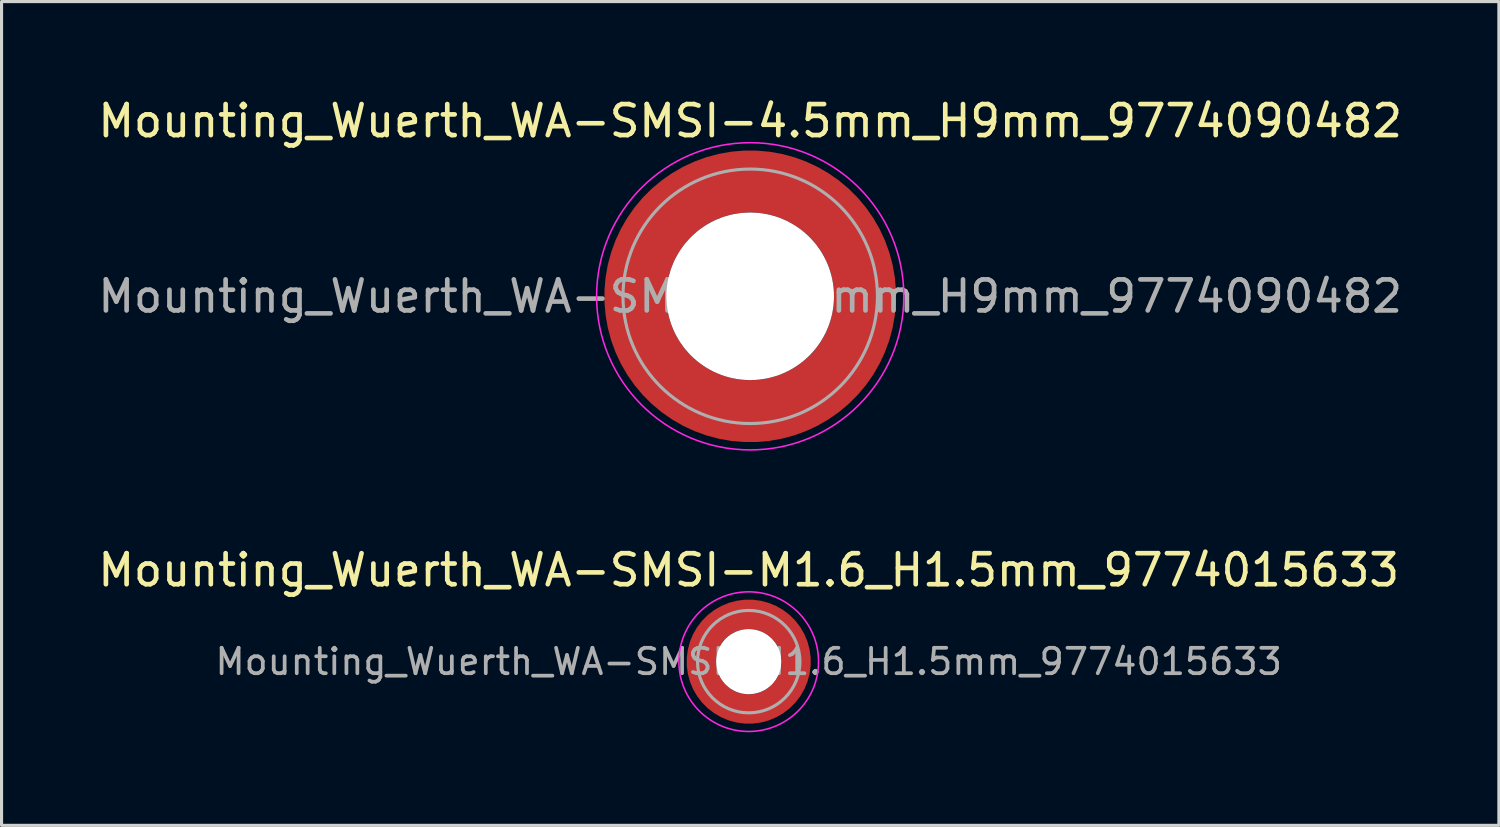
<source format=kicad_pcb>
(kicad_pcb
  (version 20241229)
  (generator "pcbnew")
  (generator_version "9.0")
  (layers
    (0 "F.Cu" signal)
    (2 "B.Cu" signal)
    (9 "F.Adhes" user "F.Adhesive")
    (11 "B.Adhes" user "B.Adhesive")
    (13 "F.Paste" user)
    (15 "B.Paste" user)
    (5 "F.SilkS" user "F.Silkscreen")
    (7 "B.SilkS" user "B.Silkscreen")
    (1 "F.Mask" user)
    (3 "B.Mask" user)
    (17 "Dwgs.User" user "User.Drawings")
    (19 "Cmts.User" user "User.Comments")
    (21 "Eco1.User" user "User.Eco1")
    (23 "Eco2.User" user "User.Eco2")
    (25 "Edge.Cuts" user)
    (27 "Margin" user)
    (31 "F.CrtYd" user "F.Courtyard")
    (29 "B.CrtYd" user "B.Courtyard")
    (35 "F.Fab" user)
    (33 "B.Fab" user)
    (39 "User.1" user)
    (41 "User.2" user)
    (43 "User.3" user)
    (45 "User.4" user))
  (footprint "Mounting_Wuerth_WA-SMSI-4.5mm_H9mm_9774090482"
    (layer "F.Cu")
    (at 21.125 6.498)
    (property "Reference" "Mounting_Wuerth_WA-SMSI-4.5mm_H9mm_9774090482" (at 0 -5.65 0) (layer "F.SilkS") (effects (font (size 1 1) (thickness 0.15))))
    (attr smd)
    (fp_circle (center 0 0) (end 4.95 0) (stroke (width 0.05) (type solid)) (fill no) (layer "F.CrtYd"))
    (fp_circle (center 0 0) (end 4.1 0) (stroke (width 0.1) (type solid)) (fill no) (layer "F.Fab"))
    (fp_text user "${REFERENCE}" (at 0 0 0) (layer "F.Fab") (effects (font (size 1 1) (thickness 0.15))))
    (pad "" smd custom (at -2.607 -2.607) (size 1.495 1.495) (layers "F.Paste") (options (anchor circle)) (primitives (gr_arc (start -0.188183 2.107456) (mid 0.598928 0.599619) (end 2.106494 -0.188011) (width 0.2)) (gr_arc (start -0.289416 2.107456) (mid 0.528508 0.529033) (end 2.106724 -0.28929) (width 0.2)) (gr_arc (start -0.390547 2.107456) (mid 0.457087 0.459449) (end 2.104161 -0.389996) (width 0.2)) (gr_arc (start -0.491585 2.107456) (mid 0.386415 0.389116) (end 2.103685 -0.490974) (width 0.2)) (gr_arc (start -0.59254 2.107456) (mid 0.31649 0.318035) (end 2.105297 -0.592202) (width 0.2)) (gr_arc (start -0.693419 2.107456) (mid 0.245252 0.248268) (end 2.103239 -0.692777) (width 0.2)) (gr_arc (start -0.794229 2.107456) (mid 0.174636 0.177878) (end 2.102921 -0.793559) (width 0.2)) (gr_arc (start -0.894975 2.107456) (mid 0.104643 0.106866) (end 2.104343 -0.894529) (width 0.2)) (gr_arc (start -0.995664 2.107456) (mid 0.033026 0.037479) (end 2.101219 -0.994793) (width 0.2)) (gr_arc (start -1.0963 2.107456) (mid -0.035789 -0.034714) (end 2.105949 -1.096096) (width 0.2)) (gr_arc (start -1.196886 2.107456) (mid -0.106351 -0.105157) (end 2.105783 -1.196666) (width 0.2)) (gr_arc (start -1.297427 2.107456) (mid -0.176416 -0.176097) (end 2.107009 -1.29737) (width 0.2)) (gr_arc (start -1.397927 2.107456) (mid -0.248476 -0.245042) (end 2.102638 -1.397323) (width 0.2)) (gr_arc (start -1.498388 2.107456) (mid -0.317612 -0.316913) (end 2.106475 -1.498268) (width 0.2)) (gr_arc (start -1.598813 2.107456) (mid -0.388865 -0.386665) (end 2.104366 -1.598444) (width 0.2)) (gr_arc (start -1.699204 2.107456) (mid -0.459747 -0.456787) (end 2.103299 -1.698719) (width 0.2)) (gr_arc (start -1.799565 2.107456) (mid -0.530257 -0.527283) (end 2.103277 -1.799089) (width 0.2)) (gr_arc (start -1.899896 2.107456) (mid -0.600396 -0.59815) (end 2.104299 -1.899545) (width 0.2)) (gr_arc (start -1.899896 2.107456) (mid -0.600396 -0.59815) (end 2.104299 -1.899545) (width 0.2)) (gr_line (start 2.107 -0.188) (end 2.107 -1.9) (width 0.2)) (gr_line (start -0.188 2.107) (end -1.9 2.107) (width 0.2))))
    (pad "" smd custom (at -2.607 2.607) (size 1.495 1.495) (layers "F.Paste") (options (anchor circle)) (primitives (gr_arc (start 2.107456 0.188183) (mid 0.599619 -0.598928) (end -0.188011 -2.106494) (width 0.2)) (gr_arc (start 2.107456 0.289416) (mid 0.529033 -0.528508) (end -0.28929 -2.106724) (width 0.2)) (gr_arc (start 2.107456 0.390547) (mid 0.459449 -0.457087) (end -0.389996 -2.104161) (width 0.2)) (gr_arc (start 2.107456 0.491585) (mid 0.389116 -0.386415) (end -0.490974 -2.103685) (width 0.2)) (gr_arc (start 2.107456 0.59254) (mid 0.318035 -0.31649) (end -0.592202 -2.105297) (width 0.2)) (gr_arc (start 2.107456 0.693419) (mid 0.248268 -0.245252) (end -0.692777 -2.103239) (width 0.2)) (gr_arc (start 2.107456 0.794229) (mid 0.177878 -0.174636) (end -0.793559 -2.102921) (width 0.2)) (gr_arc (start 2.107456 0.894975) (mid 0.106866 -0.104643) (end -0.894529 -2.104343) (width 0.2)) (gr_arc (start 2.107456 0.995664) (mid 0.037479 -0.033026) (end -0.994793 -2.101219) (width 0.2)) (gr_arc (start 2.107456 1.0963) (mid -0.034714 0.035789) (end -1.096096 -2.105949) (width 0.2)) (gr_arc (start 2.107456 1.196886) (mid -0.105157 0.106351) (end -1.196666 -2.105783) (width 0.2)) (gr_arc (start 2.107456 1.297427) (mid -0.176097 0.176416) (end -1.29737 -2.107009) (width 0.2)) (gr_arc (start 2.107456 1.397927) (mid -0.245042 0.248476) (end -1.397323 -2.102638) (width 0.2)) (gr_arc (start 2.107456 1.498388) (mid -0.316913 0.317612) (end -1.498268 -2.106475) (width 0.2)) (gr_arc (start 2.107456 1.598813) (mid -0.386665 0.388865) (end -1.598444 -2.104366) (width 0.2)) (gr_arc (start 2.107456 1.699204) (mid -0.456787 0.459747) (end -1.698719 -2.103299) (width 0.2)) (gr_arc (start 2.107456 1.799565) (mid -0.527283 0.530257) (end -1.799089 -2.103277) (width 0.2)) (gr_arc (start 2.107456 1.899896) (mid -0.59815 0.600396) (end -1.899545 -2.104299) (width 0.2)) (gr_arc (start 2.107456 1.899896) (mid -0.59815 0.600396) (end -1.899545 -2.104299) (width 0.2)) (gr_line (start -0.188 -2.107) (end -1.9 -2.107) (width 0.2)) (gr_line (start 2.107 0.188) (end 2.107 1.9) (width 0.2))))
    (pad "" np_thru_hole circle (at 0 0) (size 5.4 5.4) (drill 5.4) (layers "*.Cu" "*.Mask"))
    (pad "" smd custom (at 2.607 -2.607) (size 1.495 1.495) (layers "F.Paste") (options (anchor circle)) (primitives (gr_arc (start -2.107456 -0.188183) (mid -0.599619 0.598928) (end 0.188011 2.106494) (width 0.2)) (gr_arc (start -2.107456 -0.289416) (mid -0.529033 0.528508) (end 0.28929 2.106724) (width 0.2)) (gr_arc (start -2.107456 -0.390547) (mid -0.459449 0.457087) (end 0.389996 2.104161) (width 0.2)) (gr_arc (start -2.107456 -0.491585) (mid -0.389116 0.386415) (end 0.490974 2.103685) (width 0.2)) (gr_arc (start -2.107456 -0.59254) (mid -0.318035 0.31649) (end 0.592202 2.105297) (width 0.2)) (gr_arc (start -2.107456 -0.693419) (mid -0.248268 0.245252) (end 0.692777 2.103239) (width 0.2)) (gr_arc (start -2.107456 -0.794229) (mid -0.177878 0.174636) (end 0.793559 2.102921) (width 0.2)) (gr_arc (start -2.107456 -0.894975) (mid -0.106866 0.104643) (end 0.894529 2.104343) (width 0.2)) (gr_arc (start -2.107456 -0.995664) (mid -0.037479 0.033026) (end 0.994793 2.101219) (width 0.2)) (gr_arc (start -2.107456 -1.0963) (mid 0.034714 -0.035789) (end 1.096096 2.105949) (width 0.2)) (gr_arc (start -2.107456 -1.196886) (mid 0.105157 -0.106351) (end 1.196666 2.105783) (width 0.2)) (gr_arc (start -2.107456 -1.297427) (mid 0.176097 -0.176416) (end 1.29737 2.107009) (width 0.2)) (gr_arc (start -2.107456 -1.397927) (mid 0.245042 -0.248476) (end 1.397323 2.102638) (width 0.2)) (gr_arc (start -2.107456 -1.498388) (mid 0.316913 -0.317612) (end 1.498268 2.106475) (width 0.2)) (gr_arc (start -2.107456 -1.598813) (mid 0.386665 -0.388865) (end 1.598444 2.104366) (width 0.2)) (gr_arc (start -2.107456 -1.699204) (mid 0.456787 -0.459747) (end 1.698719 2.103299) (width 0.2)) (gr_arc (start -2.107456 -1.799565) (mid 0.527283 -0.530257) (end 1.799089 2.103277) (width 0.2)) (gr_arc (start -2.107456 -1.899896) (mid 0.59815 -0.600396) (end 1.899545 2.104299) (width 0.2)) (gr_arc (start -2.107456 -1.899896) (mid 0.59815 -0.600396) (end 1.899545 2.104299) (width 0.2)) (gr_line (start 0.188 2.107) (end 1.9 2.107) (width 0.2)) (gr_line (start -2.107 -0.188) (end -2.107 -1.9) (width 0.2))))
    (pad "" smd custom (at 2.607 2.607) (size 1.495 1.495) (layers "F.Paste") (options (anchor circle)) (primitives (gr_arc (start 0.188183 -2.107456) (mid -0.598928 -0.599619) (end -2.106494 0.188011) (width 0.2)) (gr_arc (start 0.289416 -2.107456) (mid -0.528508 -0.529033) (end -2.106724 0.28929) (width 0.2)) (gr_arc (start 0.390547 -2.107456) (mid -0.457087 -0.459449) (end -2.104161 0.389996) (width 0.2)) (gr_arc (start 0.491585 -2.107456) (mid -0.386415 -0.389116) (end -2.103685 0.490974) (width 0.2)) (gr_arc (start 0.59254 -2.107456) (mid -0.31649 -0.318035) (end -2.105297 0.592202) (width 0.2)) (gr_arc (start 0.693419 -2.107456) (mid -0.245252 -0.248268) (end -2.103239 0.692777) (width 0.2)) (gr_arc (start 0.794229 -2.107456) (mid -0.174636 -0.177878) (end -2.102921 0.793559) (width 0.2)) (gr_arc (start 0.894975 -2.107456) (mid -0.104643 -0.106866) (end -2.104343 0.894529) (width 0.2)) (gr_arc (start 0.995664 -2.107456) (mid -0.033026 -0.037479) (end -2.101219 0.994793) (width 0.2)) (gr_arc (start 1.0963 -2.107456) (mid 0.035789 0.034714) (end -2.105949 1.096096) (width 0.2)) (gr_arc (start 1.196886 -2.107456) (mid 0.106351 0.105157) (end -2.105783 1.196666) (width 0.2)) (gr_arc (start 1.297427 -2.107456) (mid 0.176416 0.176097) (end -2.107009 1.29737) (width 0.2)) (gr_arc (start 1.397927 -2.107456) (mid 0.248476 0.245042) (end -2.102638 1.397323) (width 0.2)) (gr_arc (start 1.498388 -2.107456) (mid 0.317612 0.316913) (end -2.106475 1.498268) (width 0.2)) (gr_arc (start 1.598813 -2.107456) (mid 0.388865 0.386665) (end -2.104366 1.598444) (width 0.2)) (gr_arc (start 1.699204 -2.107456) (mid 0.459747 0.456787) (end -2.103299 1.698719) (width 0.2)) (gr_arc (start 1.799565 -2.107456) (mid 0.530257 0.527283) (end -2.103277 1.799089) (width 0.2)) (gr_arc (start 1.899896 -2.107456) (mid 0.600396 0.59815) (end -2.104299 1.899545) (width 0.2)) (gr_arc (start 1.899896 -2.107456) (mid 0.600396 0.59815) (end -2.104299 1.899545) (width 0.2)) (gr_line (start -2.107 0.188) (end -2.107 1.9) (width 0.2)) (gr_line (start 0.188 -2.107) (end 1.9 -2.107) (width 0.2))))
    (pad "1" smd circle (at -3.7 0) (size 1.6 1.6) (layers "F.Cu"))
    (pad "1" smd circle (at 0 -3.7) (size 1.6 1.6) (layers "F.Cu"))
    (pad "1" smd circle (at 0 3.7) (size 1.6 1.6) (layers "F.Cu"))
    (pad "1" smd custom (at 3.7 0) (size 1.6 1.6) (layers "F.Cu" "F.Mask") (options (anchor circle)) (primitives (gr_circle (center -3.7 0) (end 0 0) (width 2) (fill no)))))
  (footprint "Mounting_Wuerth_WA-SMSI-M1.6_H1.5mm_9774015633"
    (layer "F.Cu")
    (at 21.077 18.271)
    (property "Reference" "Mounting_Wuerth_WA-SMSI-M1.6_H1.5mm_9774015633" (at 0 -2.95 0) (layer "F.SilkS") (effects (font (size 1 1) (thickness 0.15))))
    (attr smd)
    (fp_circle (center 0 0) (end 2.25 0) (stroke (width 0.05) (type solid)) (fill no) (layer "F.CrtYd"))
    (fp_circle (center 0 0) (end 1.65 0) (stroke (width 0.1) (type solid)) (fill no) (layer "F.Fab"))
    (fp_text user "${REFERENCE}" (at 0 0 0) (layer "F.Fab") (effects (font (size 0.82 0.82) (thickness 0.12))))
    (pad "" smd custom (at -1.061 -1.061) (size 0.4 0.4) (layers "F.Paste") (options (anchor circle)) (primitives (gr_arc (start -0.101235 0.76066) (mid 0.211799 0.212465) (end 0.759748 -0.100999) (width 0.2)) (gr_arc (start -0.204251 0.76066) (mid 0.141299 0.141544) (end 0.760323 -0.204171) (width 0.2)) (gr_arc (start -0.306819 0.76066) (mid 0.070255 0.071167) (end 0.759401 -0.306542) (width 0.2)) (gr_arc (start -0.409034 0.76066) (mid -0.000242 0.000241) (end 0.759991 -0.408897) (width 0.2)) (gr_arc (start -0.510963 0.76066) (mid -0.071561 -0.06986) (end 0.758297 -0.51051) (width 0.2)) (gr_arc (start -0.61266 0.76066) (mid -0.142171 -0.140671) (end 0.758572 -0.612284) (width 0.2)) (gr_arc (start -0.714164 0.76066) (mid -0.212264 -0.212) (end 0.760292 -0.714102) (width 0.2)) (gr_line (start 0.761 -0.101) (end 0.761 -0.714) (width 0.2)) (gr_line (start -0.101 0.761) (end -0.714 0.761) (width 0.2))))
    (pad "" smd custom (at -1.061 1.061) (size 0.4 0.4) (layers "F.Paste") (options (anchor circle)) (primitives (gr_arc (start 0.76066 0.101235) (mid 0.212465 -0.211799) (end -0.100999 -0.759748) (width 0.2)) (gr_arc (start 0.76066 0.204251) (mid 0.141544 -0.141299) (end -0.204171 -0.760323) (width 0.2)) (gr_arc (start 0.76066 0.306819) (mid 0.071167 -0.070255) (end -0.306542 -0.759401) (width 0.2)) (gr_arc (start 0.76066 0.409034) (mid 0.000241 0.000242) (end -0.408897 -0.759991) (width 0.2)) (gr_arc (start 0.76066 0.510963) (mid -0.06986 0.071561) (end -0.51051 -0.758297) (width 0.2)) (gr_arc (start 0.76066 0.61266) (mid -0.140671 0.142171) (end -0.612284 -0.758572) (width 0.2)) (gr_arc (start 0.76066 0.714164) (mid -0.212 0.212264) (end -0.714102 -0.760292) (width 0.2)) (gr_line (start -0.101 -0.761) (end -0.714 -0.761) (width 0.2)) (gr_line (start 0.761 0.101) (end 0.761 0.714) (width 0.2))))
    (pad "" np_thru_hole circle (at 0 0) (size 2.1 2.1) (drill 2.1) (layers "*.Cu" "*.Mask"))
    (pad "" smd custom (at 1.061 -1.061) (size 0.4 0.4) (layers "F.Paste") (options (anchor circle)) (primitives (gr_arc (start -0.76066 -0.101235) (mid -0.212465 0.211799) (end 0.100999 0.759748) (width 0.2)) (gr_arc (start -0.76066 -0.204251) (mid -0.141544 0.141299) (end 0.204171 0.760323) (width 0.2)) (gr_arc (start -0.76066 -0.306819) (mid -0.071167 0.070255) (end 0.306542 0.759401) (width 0.2)) (gr_arc (start -0.76066 -0.409034) (mid -0.000241 -0.000242) (end 0.408897 0.759991) (width 0.2)) (gr_arc (start -0.76066 -0.510963) (mid 0.06986 -0.071561) (end 0.51051 0.758297) (width 0.2)) (gr_arc (start -0.76066 -0.61266) (mid 0.140671 -0.142171) (end 0.612284 0.758572) (width 0.2)) (gr_arc (start -0.76066 -0.714164) (mid 0.212 -0.212264) (end 0.714102 0.760292) (width 0.2)) (gr_line (start 0.101 0.761) (end 0.714 0.761) (width 0.2)) (gr_line (start -0.761 -0.101) (end -0.761 -0.714) (width 0.2))))
    (pad "" smd custom (at 1.061 1.061) (size 0.4 0.4) (layers "F.Paste") (options (anchor circle)) (primitives (gr_arc (start 0.101235 -0.76066) (mid -0.211799 -0.212465) (end -0.759748 0.100999) (width 0.2)) (gr_arc (start 0.204251 -0.76066) (mid -0.141299 -0.141544) (end -0.760323 0.204171) (width 0.2)) (gr_arc (start 0.306819 -0.76066) (mid -0.070255 -0.071167) (end -0.759401 0.306542) (width 0.2)) (gr_arc (start 0.409034 -0.76066) (mid 0.000242 -0.000241) (end -0.759991 0.408897) (width 0.2)) (gr_arc (start 0.510963 -0.76066) (mid 0.071561 0.06986) (end -0.758297 0.51051) (width 0.2)) (gr_arc (start 0.61266 -0.76066) (mid 0.142171 0.140671) (end -0.758572 0.612284) (width 0.2)) (gr_arc (start 0.714164 -0.76066) (mid 0.212264 0.212) (end -0.760292 0.714102) (width 0.2)) (gr_line (start -0.761 0.101) (end -0.761 0.714) (width 0.2)) (gr_line (start 0.101 -0.761) (end 0.714 -0.761) (width 0.2))))
    (pad "1" smd circle (at -1.525 0) (size 0.55 0.55) (layers "F.Cu"))
    (pad "1" smd circle (at 0 -1.525) (size 0.55 0.55) (layers "F.Cu"))
    (pad "1" smd circle (at 0 1.525) (size 0.55 0.55) (layers "F.Cu"))
    (pad "1" smd custom (at 1.525 0) (size 0.55 0.55) (layers "F.Cu" "F.Mask") (options (anchor circle)) (primitives (gr_circle (center -1.525 0) (end 0 0) (width 0.95) (fill no)))))
  (gr_rect
    (start -3 -3)
    (end 45.25 23.547)
    (stroke (width 0.1) (type default))
    (fill no)
    (layer "Edge.Cuts")))
</source>
